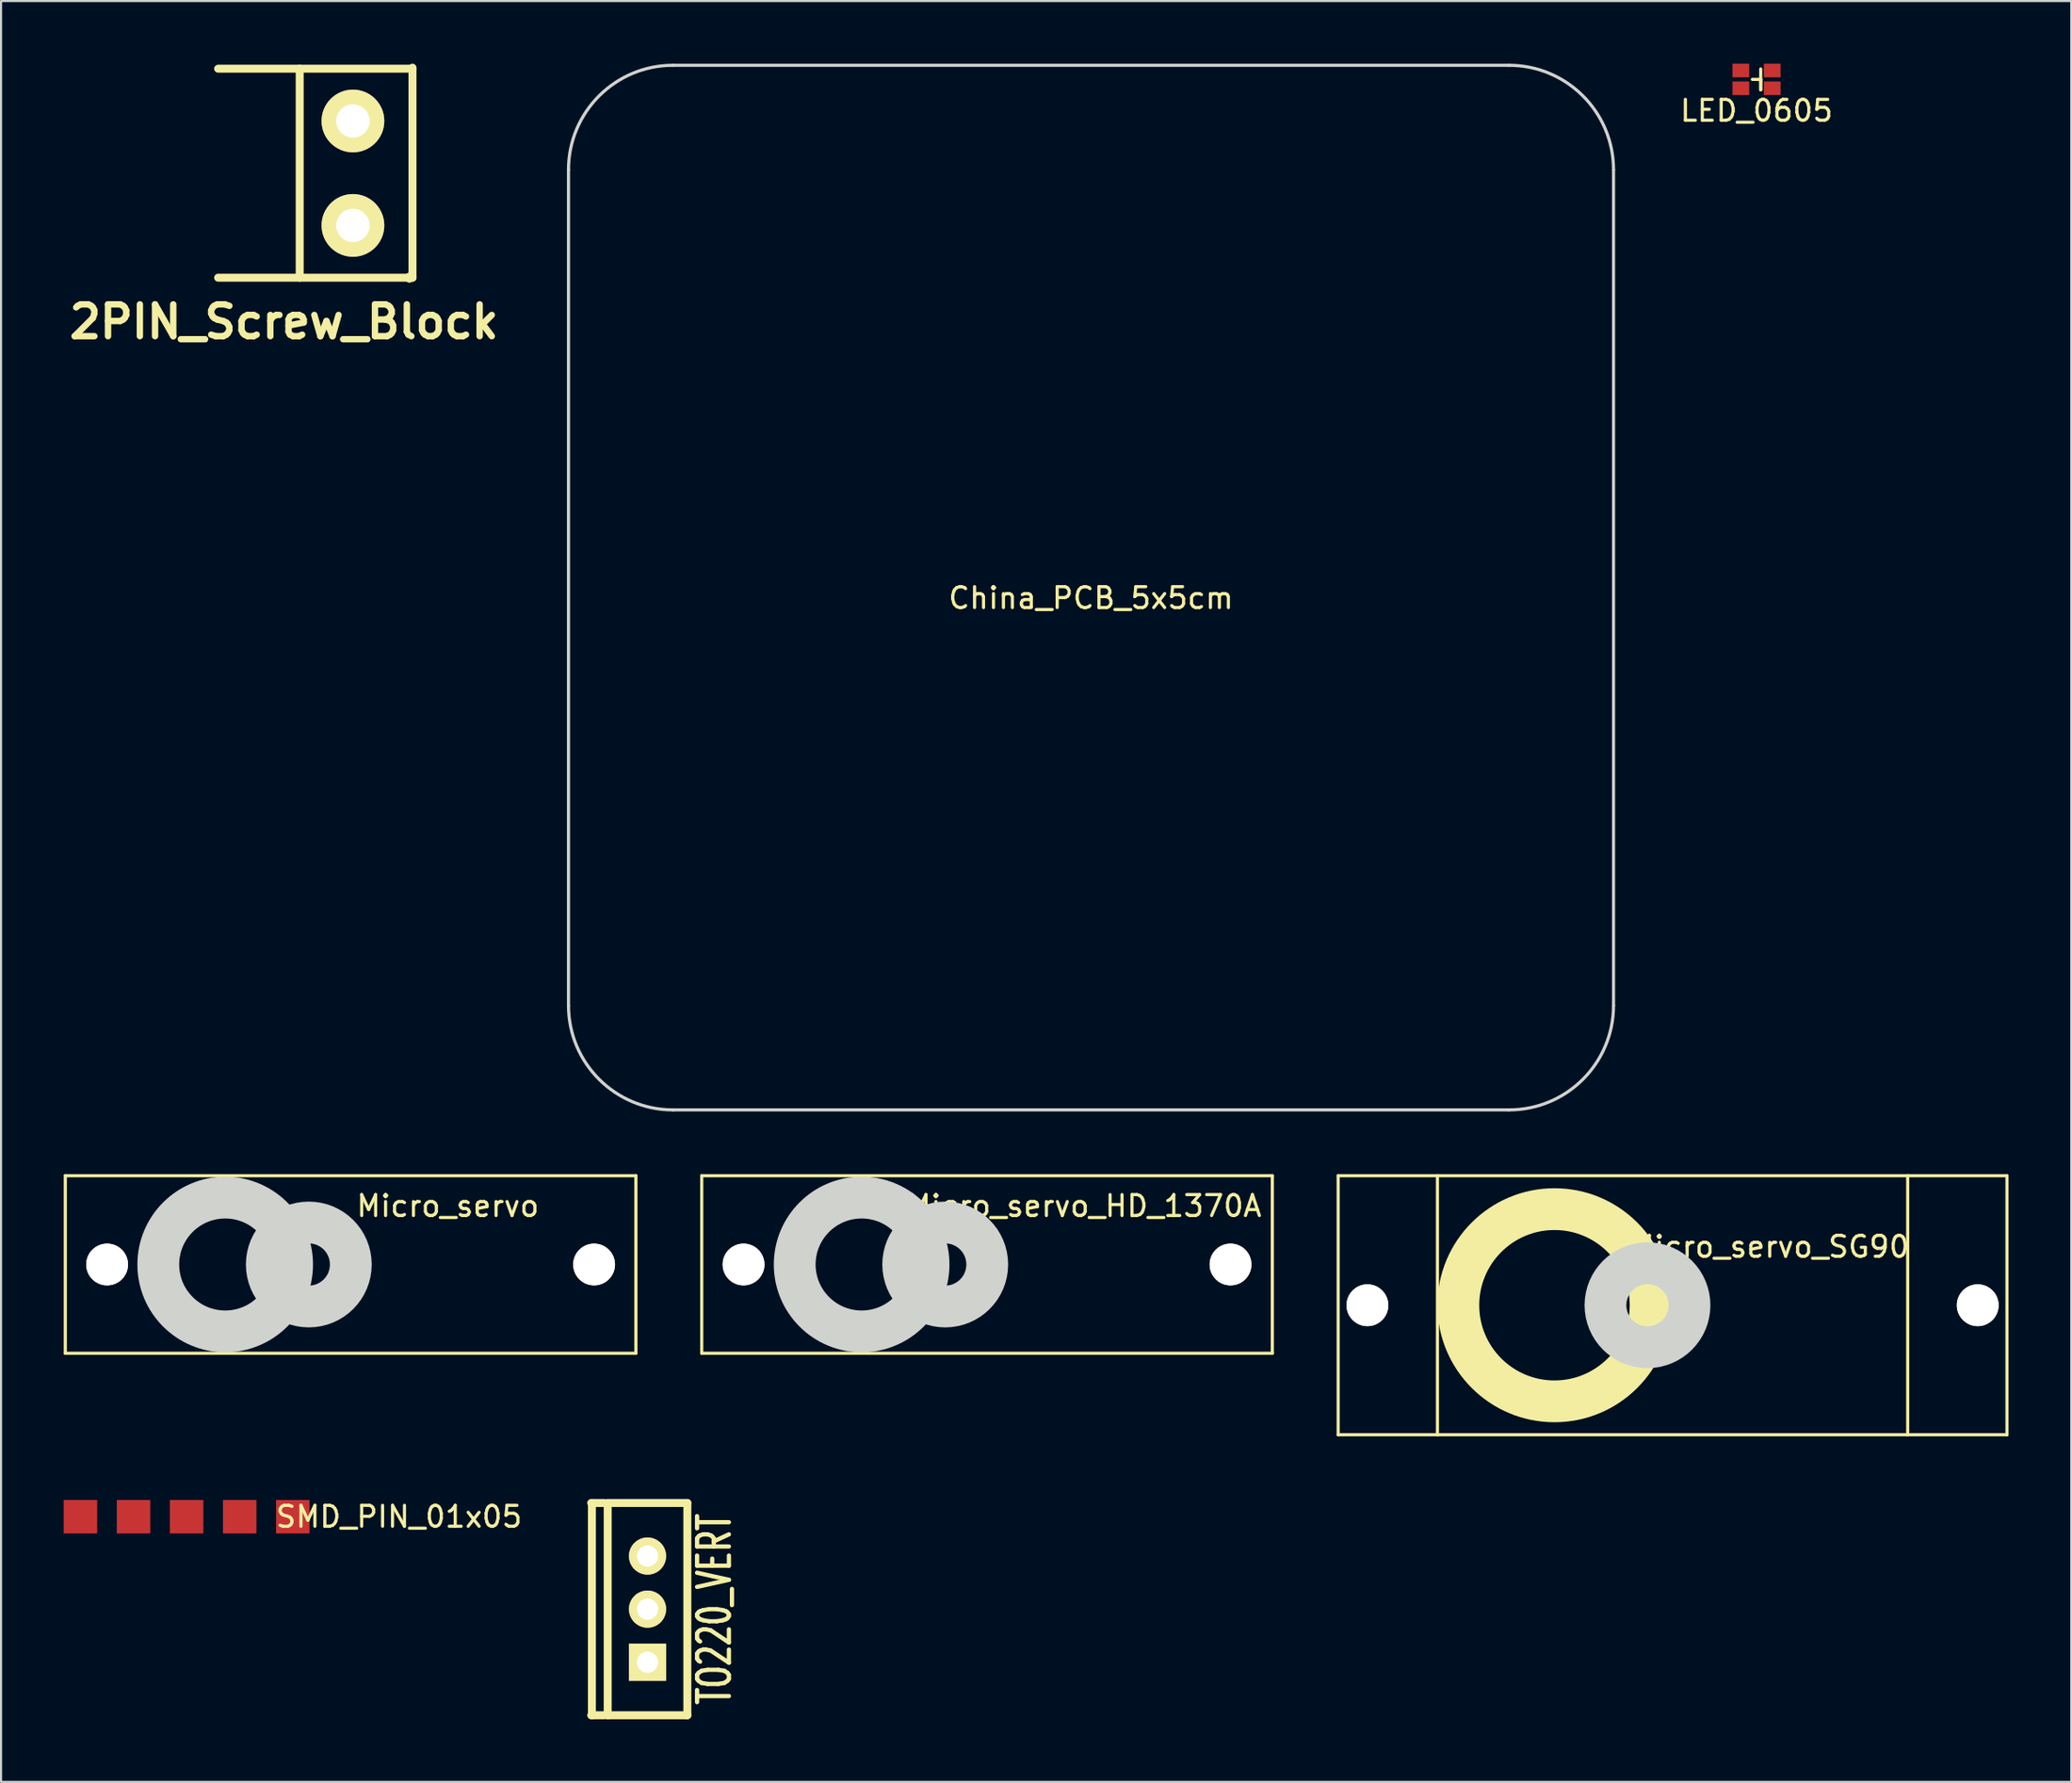
<source format=kicad_pcb>
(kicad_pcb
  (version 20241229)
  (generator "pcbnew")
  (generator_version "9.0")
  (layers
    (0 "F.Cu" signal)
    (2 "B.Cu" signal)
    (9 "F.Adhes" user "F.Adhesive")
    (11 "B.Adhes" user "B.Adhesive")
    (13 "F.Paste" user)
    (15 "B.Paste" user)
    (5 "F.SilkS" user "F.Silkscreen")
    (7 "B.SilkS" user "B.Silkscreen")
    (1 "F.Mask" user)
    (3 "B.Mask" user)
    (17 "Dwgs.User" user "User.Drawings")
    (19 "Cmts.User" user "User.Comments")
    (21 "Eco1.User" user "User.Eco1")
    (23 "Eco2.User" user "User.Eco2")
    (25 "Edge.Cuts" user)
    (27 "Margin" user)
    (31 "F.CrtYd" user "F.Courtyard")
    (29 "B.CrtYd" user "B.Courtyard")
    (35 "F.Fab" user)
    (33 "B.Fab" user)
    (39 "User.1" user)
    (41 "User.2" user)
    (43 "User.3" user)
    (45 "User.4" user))
  (footprint "LED_0605"
    (layer "F.Cu")
    (at 80.993 0.75)
    (property "Reference" "LED_0605" (at 0 1.5 0) (layer "F.SilkS") (effects (font (size 1 1) (thickness 0.15))))
    (attr through_hole)
    (fp_line (start 0.2 -0.5) (end 0.2 0.5) (stroke (width 0.15) (type solid)) (layer "F.SilkS"))
    (fp_line (start 0.2 0) (end -0.2 0) (stroke (width 0.15) (type solid)) (layer "F.SilkS"))
    (fp_line (start 0.2 0.1) (end 0.2 0) (stroke (width 0.15) (type solid)) (layer "F.SilkS"))
    (fp_line (start 0.2 0.5) (end 0.2 0.1) (stroke (width 0.15) (type solid)) (layer "F.SilkS"))
    (pad "1" smd rect (at -0.75 -0.425) (size 0.8 0.65) (layers "F.Cu" "F.Mask" "F.Paste"))
    (pad "2" smd rect (at -0.75 0.425) (size 0.8 0.65) (layers "F.Cu" "F.Mask" "F.Paste"))
    (pad "3" smd rect (at 0.75 0.425) (size 0.8 0.65) (layers "F.Cu" "F.Mask" "F.Paste"))
    (pad "4" smd rect (at 0.75 -0.425) (size 0.8 0.65) (layers "F.Cu" "F.Mask" "F.Paste")))
  (footprint "SMD_PIN_01x05"
    (layer "F.Cu")
    (at 5.88 69.548)
    (property "Reference" "SMD_PIN_01x05" (at 10.16 0 0) (layer "F.SilkS") (effects (font (size 1 1) (thickness 0.15))))
    (attr through_hole)
    (pad "1" smd rect (at -5.08 0) (size 1.6 1.6) (layers "F.Cu" "F.Mask" "F.Paste"))
    (pad "2" smd rect (at -2.54 0) (size 1.6 1.6) (layers "F.Cu" "F.Mask" "F.Paste"))
    (pad "3" smd rect (at 0 0) (size 1.6 1.6) (layers "F.Cu" "F.Mask" "F.Paste"))
    (pad "4" smd rect (at 2.54 0) (size 1.6 1.6) (layers "F.Cu" "F.Mask" "F.Paste"))
    (pad "5" smd rect (at 5.08 0) (size 1.6 1.6) (layers "F.Cu" "F.Mask" "F.Paste")))
  (footprint "Micro_servo"
    (layer "F.Cu")
    (at 13.725 57.475)
    (property "Reference" "Micro_servo" (at 4.65 -2.8 0) (layer "F.SilkS") (effects (font (size 1 1) (thickness 0.15))))
    (attr through_hole)
    (fp_line (start -13.65 -4.25) (end -13.65 4.25) (stroke (width 0.15) (type solid)) (layer "F.SilkS"))
    (fp_line (start -13.65 -4.25) (end 13.65 -4.25) (stroke (width 0.15) (type solid)) (layer "F.SilkS"))
    (fp_line (start 13.65 -4.25) (end 13.65 4.25) (stroke (width 0.15) (type solid)) (layer "F.SilkS"))
    (fp_line (start 13.65 4.25) (end -13.65 4.25) (stroke (width 0.15) (type solid)) (layer "F.SilkS"))
    (fp_circle (center -6 0) (end -3.5 2) (stroke (width 2) (type solid)) (fill no) (layer "Edge.Cuts"))
    (fp_circle (center -2 0) (end 0 -0.2) (stroke (width 2) (type solid)) (fill no) (layer "Edge.Cuts"))
    (pad "" np_thru_hole circle (at -11.65 0) (size 2 2) (drill 2) (layers "*.Cu" "*.Mask" "F.SilkS"))
    (pad "" np_thru_hole circle (at 11.65 0) (size 2 2) (drill 2) (layers "*.Cu" "*.Mask" "F.SilkS")))
  (footprint "TO220_VERT"
    (layer "F.Cu")
    (at 27.931 73.971)
    (property "Reference" "TO220_VERT" (at 3.2 0 90) (layer "F.SilkS") (effects (font (size 1.524 1.016) (thickness 0.203))))
    (attr through_hole)
    (fp_line (start -2.695 -5.08) (end -2.06 -5.08) (stroke (width 0.381) (type solid)) (layer "F.SilkS"))
    (fp_line (start -2.66 -5.08) (end -2.66 5.08) (stroke (width 0.381) (type solid)) (layer "F.SilkS"))
    (fp_line (start -2.06 5.08) (end -2.695 5.08) (stroke (width 0.381) (type solid)) (layer "F.SilkS"))
    (fp_line (start -1.905 -5.08) (end 1.905 -5.08) (stroke (width 0.381) (type solid)) (layer "F.SilkS"))
    (fp_line (start -1.905 5.08) (end -1.905 -5.08) (stroke (width 0.381) (type solid)) (layer "F.SilkS"))
    (fp_line (start 1.905 -5.08) (end 1.905 5.08) (stroke (width 0.381) (type solid)) (layer "F.SilkS"))
    (fp_line (start 1.905 5.08) (end -1.905 5.08) (stroke (width 0.381) (type solid)) (layer "F.SilkS"))
    (pad "D" thru_hole circle (at 0 0) (size 1.778 1.778) (drill 1.016) (layers "*.Cu" "*.Mask" "F.SilkS"))
    (pad "G" thru_hole rect (at 0 2.54) (size 1.778 1.778) (drill 1.016) (layers "*.Cu" "*.Mask" "F.SilkS"))
    (pad "S" thru_hole circle (at 0 -2.54) (size 1.778 1.778) (drill 1.016) (layers "*.Cu" "*.Mask" "F.SilkS")))
  (footprint "2PIN_Screw_Block"
    (layer "F.Cu")
    (at 10.537 5.24)
    (property "Reference" "2PIN_Screw_Block" (at 0 7.112 0) (layer "F.SilkS") (effects (font (size 1.524 1.524) (thickness 0.305))))
    (attr through_hole)
    (fp_line (start -3.15 -5.001) (end 6.149 -5.001) (stroke (width 0.381) (type solid)) (layer "F.SilkS"))
    (fp_line (start -3.15 5.001) (end 6.149 5.001) (stroke (width 0.381) (type solid)) (layer "F.SilkS"))
    (fp_line (start 0.752 -5.001) (end 0.752 5.001) (stroke (width 0.381) (type solid)) (layer "F.SilkS"))
    (fp_line (start 5.999 4.95) (end 5.999 5.05) (stroke (width 0.381) (type solid)) (layer "F.SilkS"))
    (fp_line (start 6.149 5.001) (end 6.149 -5.05) (stroke (width 0.381) (type solid)) (layer "F.SilkS"))
    (pad "1" thru_hole circle (at 3.299 -2.499) (size 3 3) (drill 1.6) (layers "*.Cu" "*.Mask" "F.SilkS"))
    (pad "2" thru_hole circle (at 3.299 2.499) (size 3 3) (drill 1.6) (layers "*.Cu" "*.Mask" "F.SilkS")))
  (footprint "China_PCB_5x5cm"
    (layer "F.Cu")
    (at 49.15 25.075)
    (property "Reference" "China_PCB_5x5cm" (at 0 0.5 0) (layer "F.SilkS") (effects (font (size 1 1) (thickness 0.15))))
    (attr through_hole)
    (fp_line (start -25 -20) (end -25 20) (stroke (width 0.15) (type solid)) (layer "Edge.Cuts"))
    (fp_line (start -20 25) (end 20 25) (stroke (width 0.15) (type solid)) (layer "Edge.Cuts"))
    (fp_line (start 20 -25) (end -20 -25) (stroke (width 0.15) (type solid)) (layer "Edge.Cuts"))
    (fp_line (start 25 -20) (end 25 20) (stroke (width 0.15) (type solid)) (layer "Edge.Cuts"))
    (fp_arc (start -25 -20) (mid -23.535534 -23.535534) (end -20 -25) (stroke (width 0.15) (type solid)) (layer "Edge.Cuts"))
    (fp_arc (start -20 25) (mid -23.535534 23.535534) (end -25 20) (stroke (width 0.15) (type solid)) (layer "Edge.Cuts"))
    (fp_arc (start 20 -25) (mid 23.535534 -23.535534) (end 25 -20) (stroke (width 0.15) (type solid)) (layer "Edge.Cuts"))
    (fp_arc (start 25 20) (mid 23.535534 23.535534) (end 20 25) (stroke (width 0.15) (type solid)) (layer "Edge.Cuts")))
  (footprint "Micro_servo_HD_1370A"
    (layer "F.Cu")
    (at 44.175 57.475)
    (property "Reference" "Micro_servo_HD_1370A" (at 4.65 -2.8 0) (layer "F.SilkS") (effects (font (size 1 1) (thickness 0.15))))
    (attr through_hole)
    (fp_line (start -13.65 -4.25) (end -13.65 4.25) (stroke (width 0.15) (type solid)) (layer "F.SilkS"))
    (fp_line (start -13.65 -4.25) (end 13.65 -4.25) (stroke (width 0.15) (type solid)) (layer "F.SilkS"))
    (fp_line (start 13.65 -4.25) (end 13.65 4.25) (stroke (width 0.15) (type solid)) (layer "F.SilkS"))
    (fp_line (start 13.65 4.25) (end -13.65 4.25) (stroke (width 0.15) (type solid)) (layer "F.SilkS"))
    (fp_circle (center -6 0) (end -3.5 2) (stroke (width 2) (type solid)) (fill no) (layer "Edge.Cuts"))
    (fp_circle (center -2 0) (end 0 -0.2) (stroke (width 2) (type solid)) (fill no) (layer "Edge.Cuts"))
    (pad "" np_thru_hole circle (at -11.65 0) (size 2 2) (drill 2) (layers "*.Cu" "*.Mask" "F.SilkS"))
    (pad "" np_thru_hole circle (at 11.65 0) (size 2 2) (drill 2) (layers "*.Cu" "*.Mask" "F.SilkS")))
  (footprint "Micro_servo_SG90"
    (layer "F.Cu")
    (at 76.975 59.425)
    (property "Reference" "Micro_servo_SG90" (at 4.65 -2.8 0) (layer "F.SilkS") (effects (font (size 1 1) (thickness 0.15))))
    (attr through_hole)
    (fp_line (start -16 -6.2) (end -16 6.2) (stroke (width 0.15) (type solid)) (layer "F.SilkS"))
    (fp_line (start -16 -6.2) (end 16 -6.2) (stroke (width 0.15) (type solid)) (layer "F.SilkS"))
    (fp_line (start -11.25 -6.2) (end -11.25 6.2) (stroke (width 0.15) (type solid)) (layer "F.SilkS"))
    (fp_line (start 11.25 -6.2) (end 11.25 6.2) (stroke (width 0.15) (type solid)) (layer "F.SilkS"))
    (fp_line (start 16 -6.2) (end 16 6.2) (stroke (width 0.15) (type solid)) (layer "F.SilkS"))
    (fp_line (start 16 6.2) (end -16 6.2) (stroke (width 0.15) (type solid)) (layer "F.SilkS"))
    (fp_circle (center -5.65 0) (end -1.05 0) (stroke (width 2) (type solid)) (fill no) (layer "F.SilkS"))
    (fp_circle (center -1.2 0) (end 0.8 -0.2) (stroke (width 2) (type solid)) (fill no) (layer "Edge.Cuts"))
    (pad "" np_thru_hole circle (at -14.6 0) (size 2 2) (drill 2) (layers "*.Cu" "*.Mask" "F.SilkS"))
    (pad "" np_thru_hole circle (at 14.6 0) (size 2 2) (drill 2) (layers "*.Cu" "*.Mask" "F.SilkS")))
  (gr_rect
    (start -3 -3)
    (end 96.05 82.241)
    (stroke (width 0.1) (type default))
    (fill no)
    (layer "Edge.Cuts")))
</source>
